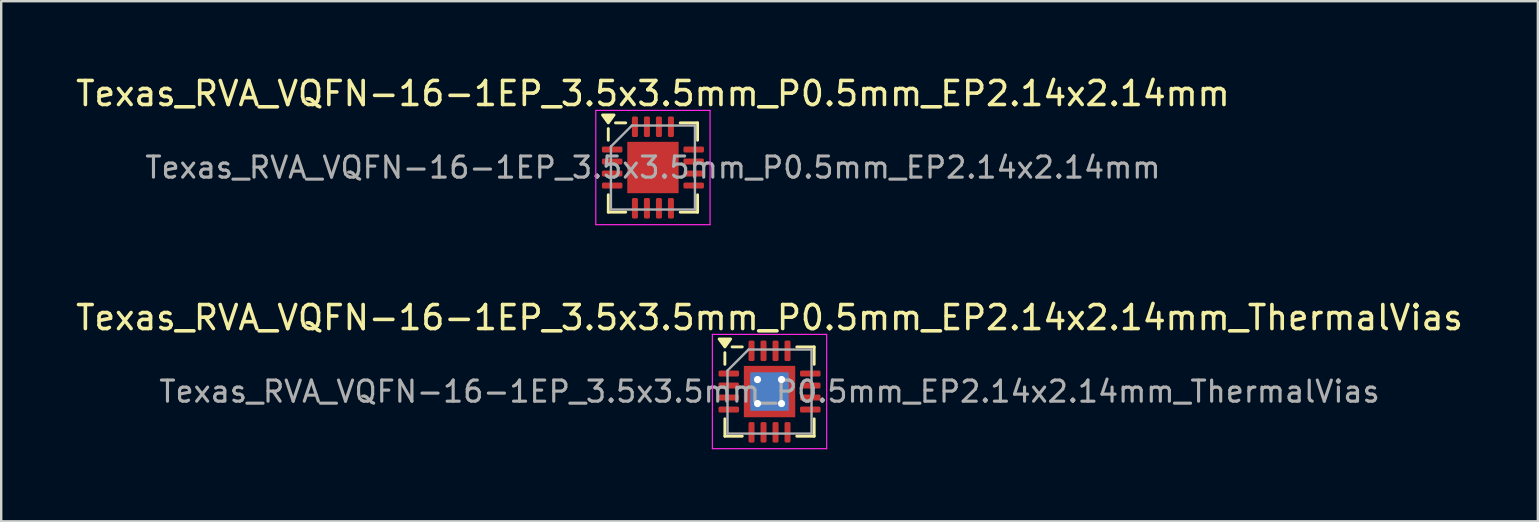
<source format=kicad_pcb>
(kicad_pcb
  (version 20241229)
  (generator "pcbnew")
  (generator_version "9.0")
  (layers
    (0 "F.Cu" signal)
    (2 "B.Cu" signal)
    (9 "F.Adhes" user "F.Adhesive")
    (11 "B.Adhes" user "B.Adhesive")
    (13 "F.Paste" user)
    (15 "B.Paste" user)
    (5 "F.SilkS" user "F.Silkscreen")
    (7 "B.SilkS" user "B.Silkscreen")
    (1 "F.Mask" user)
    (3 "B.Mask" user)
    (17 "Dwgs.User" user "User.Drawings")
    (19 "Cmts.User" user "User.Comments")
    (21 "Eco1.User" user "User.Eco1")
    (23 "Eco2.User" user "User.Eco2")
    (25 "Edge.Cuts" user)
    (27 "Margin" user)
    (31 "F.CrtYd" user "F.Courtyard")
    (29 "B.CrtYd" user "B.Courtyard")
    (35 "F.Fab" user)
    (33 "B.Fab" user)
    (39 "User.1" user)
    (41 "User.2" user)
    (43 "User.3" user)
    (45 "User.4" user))
  (footprint "Texas_RVA_VQFN-16-1EP_3.5x3.5mm_P0.5mm_EP2.14x2.14mm_ThermalVias"
    (layer "F.Cu")
    (at 29.006 13.261)
    (property "Reference" "Texas_RVA_VQFN-16-1EP_3.5x3.5mm_P0.5mm_EP2.14x2.14mm_ThermalVias" (at 0 -3.08 0) (layer "F.SilkS") (effects (font (size 1 1) (thickness 0.15))))
    (attr smd)
    (fp_line (start -1.86 -1.135) (end -1.86 -1.62) (stroke (width 0.12) (type solid)) (layer "F.SilkS"))
    (fp_line (start -1.86 1.86) (end -1.86 1.135) (stroke (width 0.12) (type solid)) (layer "F.SilkS"))
    (fp_line (start -1.135 -1.86) (end -1.56 -1.86) (stroke (width 0.12) (type solid)) (layer "F.SilkS"))
    (fp_line (start -1.135 1.86) (end -1.86 1.86) (stroke (width 0.12) (type solid)) (layer "F.SilkS"))
    (fp_line (start 1.135 -1.86) (end 1.86 -1.86) (stroke (width 0.12) (type solid)) (layer "F.SilkS"))
    (fp_line (start 1.135 1.86) (end 1.86 1.86) (stroke (width 0.12) (type solid)) (layer "F.SilkS"))
    (fp_line (start 1.86 -1.86) (end 1.86 -1.135) (stroke (width 0.12) (type solid)) (layer "F.SilkS"))
    (fp_line (start 1.86 1.86) (end 1.86 1.135) (stroke (width 0.12) (type solid)) (layer "F.SilkS"))
    (fp_poly (pts (xy -1.86 -1.86) (xy -2.1 -2.19) (xy -1.62 -2.19) (xy -1.86 -1.86)) (stroke (width 0.12) (type solid)) (fill yes) (layer "F.SilkS"))
    (fp_line (start -2.38 -2.38) (end -2.38 2.38) (stroke (width 0.05) (type solid)) (layer "F.CrtYd"))
    (fp_line (start -2.38 2.38) (end 2.38 2.38) (stroke (width 0.05) (type solid)) (layer "F.CrtYd"))
    (fp_line (start 2.38 -2.38) (end -2.38 -2.38) (stroke (width 0.05) (type solid)) (layer "F.CrtYd"))
    (fp_line (start 2.38 2.38) (end 2.38 -2.38) (stroke (width 0.05) (type solid)) (layer "F.CrtYd"))
    (fp_line (start -1.75 -0.875) (end -0.875 -1.75) (stroke (width 0.1) (type solid)) (layer "F.Fab"))
    (fp_line (start -1.75 1.75) (end -1.75 -0.875) (stroke (width 0.1) (type solid)) (layer "F.Fab"))
    (fp_line (start -0.875 -1.75) (end 1.75 -1.75) (stroke (width 0.1) (type solid)) (layer "F.Fab"))
    (fp_line (start 1.75 -1.75) (end 1.75 1.75) (stroke (width 0.1) (type solid)) (layer "F.Fab"))
    (fp_line (start 1.75 1.75) (end -1.75 1.75) (stroke (width 0.1) (type solid)) (layer "F.Fab"))
    (fp_text user "${REFERENCE}" (at 0 0 0) (layer "F.Fab") (effects (font (size 0.88 0.88) (thickness 0.13))))
    (pad "" smd roundrect (at -0.535 -0.535) (size 0.85 0.85) (layers "F.Paste") (roundrect_rratio 0.25))
    (pad "" smd roundrect (at -0.535 0.535) (size 0.85 0.85) (layers "F.Paste") (roundrect_rratio 0.25))
    (pad "" smd roundrect (at 0.535 -0.535) (size 0.85 0.85) (layers "F.Paste") (roundrect_rratio 0.25))
    (pad "" smd roundrect (at 0.535 0.535) (size 0.85 0.85) (layers "F.Paste") (roundrect_rratio 0.25))
    (pad "1" smd roundrect (at -1.698 -0.75) (size 0.855 0.25) (layers "F.Cu" "F.Mask" "F.Paste") (roundrect_rratio 0.25))
    (pad "2" smd roundrect (at -1.698 -0.25) (size 0.855 0.25) (layers "F.Cu" "F.Mask" "F.Paste") (roundrect_rratio 0.25))
    (pad "3" smd roundrect (at -1.698 0.25) (size 0.855 0.25) (layers "F.Cu" "F.Mask" "F.Paste") (roundrect_rratio 0.25))
    (pad "4" smd roundrect (at -1.698 0.75) (size 0.855 0.25) (layers "F.Cu" "F.Mask" "F.Paste") (roundrect_rratio 0.25))
    (pad "5" smd roundrect (at -0.75 1.698) (size 0.25 0.855) (layers "F.Cu" "F.Mask" "F.Paste") (roundrect_rratio 0.25))
    (pad "6" smd roundrect (at -0.25 1.698) (size 0.25 0.855) (layers "F.Cu" "F.Mask" "F.Paste") (roundrect_rratio 0.25))
    (pad "7" smd roundrect (at 0.25 1.698) (size 0.25 0.855) (layers "F.Cu" "F.Mask" "F.Paste") (roundrect_rratio 0.25))
    (pad "8" smd roundrect (at 0.75 1.698) (size 0.25 0.855) (layers "F.Cu" "F.Mask" "F.Paste") (roundrect_rratio 0.25))
    (pad "9" smd roundrect (at 1.698 0.75) (size 0.855 0.25) (layers "F.Cu" "F.Mask" "F.Paste") (roundrect_rratio 0.25))
    (pad "10" smd roundrect (at 1.698 0.25) (size 0.855 0.25) (layers "F.Cu" "F.Mask" "F.Paste") (roundrect_rratio 0.25))
    (pad "11" smd roundrect (at 1.698 -0.25) (size 0.855 0.25) (layers "F.Cu" "F.Mask" "F.Paste") (roundrect_rratio 0.25))
    (pad "12" smd roundrect (at 1.698 -0.75) (size 0.855 0.25) (layers "F.Cu" "F.Mask" "F.Paste") (roundrect_rratio 0.25))
    (pad "13" smd roundrect (at 0.75 -1.698) (size 0.25 0.855) (layers "F.Cu" "F.Mask" "F.Paste") (roundrect_rratio 0.25))
    (pad "14" smd roundrect (at 0.25 -1.698) (size 0.25 0.855) (layers "F.Cu" "F.Mask" "F.Paste") (roundrect_rratio 0.25))
    (pad "15" smd roundrect (at -0.25 -1.698) (size 0.25 0.855) (layers "F.Cu" "F.Mask" "F.Paste") (roundrect_rratio 0.25))
    (pad "16" smd roundrect (at -0.75 -1.698) (size 0.25 0.855) (layers "F.Cu" "F.Mask" "F.Paste") (roundrect_rratio 0.25))
    (pad "17" thru_hole circle (at -0.5 -0.5) (size 0.6 0.6) (drill 0.3) (property pad_prop_heatsink) (layers "*.Cu"))
    (pad "17" thru_hole circle (at -0.5 0.5) (size 0.6 0.6) (drill 0.3) (property pad_prop_heatsink) (layers "*.Cu"))
    (pad "17" smd rect (at 0 0) (size 1.6 1.6) (property pad_prop_heatsink) (layers "B.Cu"))
    (pad "17" smd rect (at 0 0) (size 2.14 2.14) (property pad_prop_heatsink) (layers "F.Cu" "F.Mask"))
    (pad "17" thru_hole circle (at 0.5 -0.5) (size 0.6 0.6) (drill 0.3) (property pad_prop_heatsink) (layers "*.Cu"))
    (pad "17" thru_hole circle (at 0.5 0.5) (size 0.6 0.6) (drill 0.3) (property pad_prop_heatsink) (layers "*.Cu")))
  (footprint "Texas_RVA_VQFN-16-1EP_3.5x3.5mm_P0.5mm_EP2.14x2.14mm"
    (layer "F.Cu")
    (at 24.149 3.928)
    (property "Reference" "Texas_RVA_VQFN-16-1EP_3.5x3.5mm_P0.5mm_EP2.14x2.14mm" (at 0 -3.08 0) (layer "F.SilkS") (effects (font (size 1 1) (thickness 0.15))))
    (attr smd)
    (fp_line (start -1.86 -1.135) (end -1.86 -1.62) (stroke (width 0.12) (type solid)) (layer "F.SilkS"))
    (fp_line (start -1.86 1.86) (end -1.86 1.135) (stroke (width 0.12) (type solid)) (layer "F.SilkS"))
    (fp_line (start -1.135 -1.86) (end -1.56 -1.86) (stroke (width 0.12) (type solid)) (layer "F.SilkS"))
    (fp_line (start -1.135 1.86) (end -1.86 1.86) (stroke (width 0.12) (type solid)) (layer "F.SilkS"))
    (fp_line (start 1.135 -1.86) (end 1.86 -1.86) (stroke (width 0.12) (type solid)) (layer "F.SilkS"))
    (fp_line (start 1.135 1.86) (end 1.86 1.86) (stroke (width 0.12) (type solid)) (layer "F.SilkS"))
    (fp_line (start 1.86 -1.86) (end 1.86 -1.135) (stroke (width 0.12) (type solid)) (layer "F.SilkS"))
    (fp_line (start 1.86 1.86) (end 1.86 1.135) (stroke (width 0.12) (type solid)) (layer "F.SilkS"))
    (fp_poly (pts (xy -1.86 -1.86) (xy -2.1 -2.19) (xy -1.62 -2.19) (xy -1.86 -1.86)) (stroke (width 0.12) (type solid)) (fill yes) (layer "F.SilkS"))
    (fp_line (start -2.38 -2.38) (end -2.38 2.38) (stroke (width 0.05) (type solid)) (layer "F.CrtYd"))
    (fp_line (start -2.38 2.38) (end 2.38 2.38) (stroke (width 0.05) (type solid)) (layer "F.CrtYd"))
    (fp_line (start 2.38 -2.38) (end -2.38 -2.38) (stroke (width 0.05) (type solid)) (layer "F.CrtYd"))
    (fp_line (start 2.38 2.38) (end 2.38 -2.38) (stroke (width 0.05) (type solid)) (layer "F.CrtYd"))
    (fp_line (start -1.75 -0.875) (end -0.875 -1.75) (stroke (width 0.1) (type solid)) (layer "F.Fab"))
    (fp_line (start -1.75 1.75) (end -1.75 -0.875) (stroke (width 0.1) (type solid)) (layer "F.Fab"))
    (fp_line (start -0.875 -1.75) (end 1.75 -1.75) (stroke (width 0.1) (type solid)) (layer "F.Fab"))
    (fp_line (start 1.75 -1.75) (end 1.75 1.75) (stroke (width 0.1) (type solid)) (layer "F.Fab"))
    (fp_line (start 1.75 1.75) (end -1.75 1.75) (stroke (width 0.1) (type solid)) (layer "F.Fab"))
    (fp_text user "${REFERENCE}" (at 0 0 0) (layer "F.Fab") (effects (font (size 0.88 0.88) (thickness 0.13))))
    (pad "" smd roundrect (at -0.535 -0.535) (size 0.86 0.86) (layers "F.Paste") (roundrect_rratio 0.25))
    (pad "" smd roundrect (at -0.535 0.535) (size 0.86 0.86) (layers "F.Paste") (roundrect_rratio 0.25))
    (pad "" smd roundrect (at 0.535 -0.535) (size 0.86 0.86) (layers "F.Paste") (roundrect_rratio 0.25))
    (pad "" smd roundrect (at 0.535 0.535) (size 0.86 0.86) (layers "F.Paste") (roundrect_rratio 0.25))
    (pad "1" smd roundrect (at -1.698 -0.75) (size 0.855 0.25) (layers "F.Cu" "F.Mask" "F.Paste") (roundrect_rratio 0.25))
    (pad "2" smd roundrect (at -1.698 -0.25) (size 0.855 0.25) (layers "F.Cu" "F.Mask" "F.Paste") (roundrect_rratio 0.25))
    (pad "3" smd roundrect (at -1.698 0.25) (size 0.855 0.25) (layers "F.Cu" "F.Mask" "F.Paste") (roundrect_rratio 0.25))
    (pad "4" smd roundrect (at -1.698 0.75) (size 0.855 0.25) (layers "F.Cu" "F.Mask" "F.Paste") (roundrect_rratio 0.25))
    (pad "5" smd roundrect (at -0.75 1.698) (size 0.25 0.855) (layers "F.Cu" "F.Mask" "F.Paste") (roundrect_rratio 0.25))
    (pad "6" smd roundrect (at -0.25 1.698) (size 0.25 0.855) (layers "F.Cu" "F.Mask" "F.Paste") (roundrect_rratio 0.25))
    (pad "7" smd roundrect (at 0.25 1.698) (size 0.25 0.855) (layers "F.Cu" "F.Mask" "F.Paste") (roundrect_rratio 0.25))
    (pad "8" smd roundrect (at 0.75 1.698) (size 0.25 0.855) (layers "F.Cu" "F.Mask" "F.Paste") (roundrect_rratio 0.25))
    (pad "9" smd roundrect (at 1.698 0.75) (size 0.855 0.25) (layers "F.Cu" "F.Mask" "F.Paste") (roundrect_rratio 0.25))
    (pad "10" smd roundrect (at 1.698 0.25) (size 0.855 0.25) (layers "F.Cu" "F.Mask" "F.Paste") (roundrect_rratio 0.25))
    (pad "11" smd roundrect (at 1.698 -0.25) (size 0.855 0.25) (layers "F.Cu" "F.Mask" "F.Paste") (roundrect_rratio 0.25))
    (pad "12" smd roundrect (at 1.698 -0.75) (size 0.855 0.25) (layers "F.Cu" "F.Mask" "F.Paste") (roundrect_rratio 0.25))
    (pad "13" smd roundrect (at 0.75 -1.698) (size 0.25 0.855) (layers "F.Cu" "F.Mask" "F.Paste") (roundrect_rratio 0.25))
    (pad "14" smd roundrect (at 0.25 -1.698) (size 0.25 0.855) (layers "F.Cu" "F.Mask" "F.Paste") (roundrect_rratio 0.25))
    (pad "15" smd roundrect (at -0.25 -1.698) (size 0.25 0.855) (layers "F.Cu" "F.Mask" "F.Paste") (roundrect_rratio 0.25))
    (pad "16" smd roundrect (at -0.75 -1.698) (size 0.25 0.855) (layers "F.Cu" "F.Mask" "F.Paste") (roundrect_rratio 0.25))
    (pad "17" smd rect (at 0 0) (size 2.14 2.14) (property pad_prop_heatsink) (layers "F.Cu" "F.Mask")))
  (gr_rect
    (start -3 -3)
    (end 61.012 18.666)
    (stroke (width 0.1) (type default))
    (fill no)
    (layer "Edge.Cuts")))
</source>
